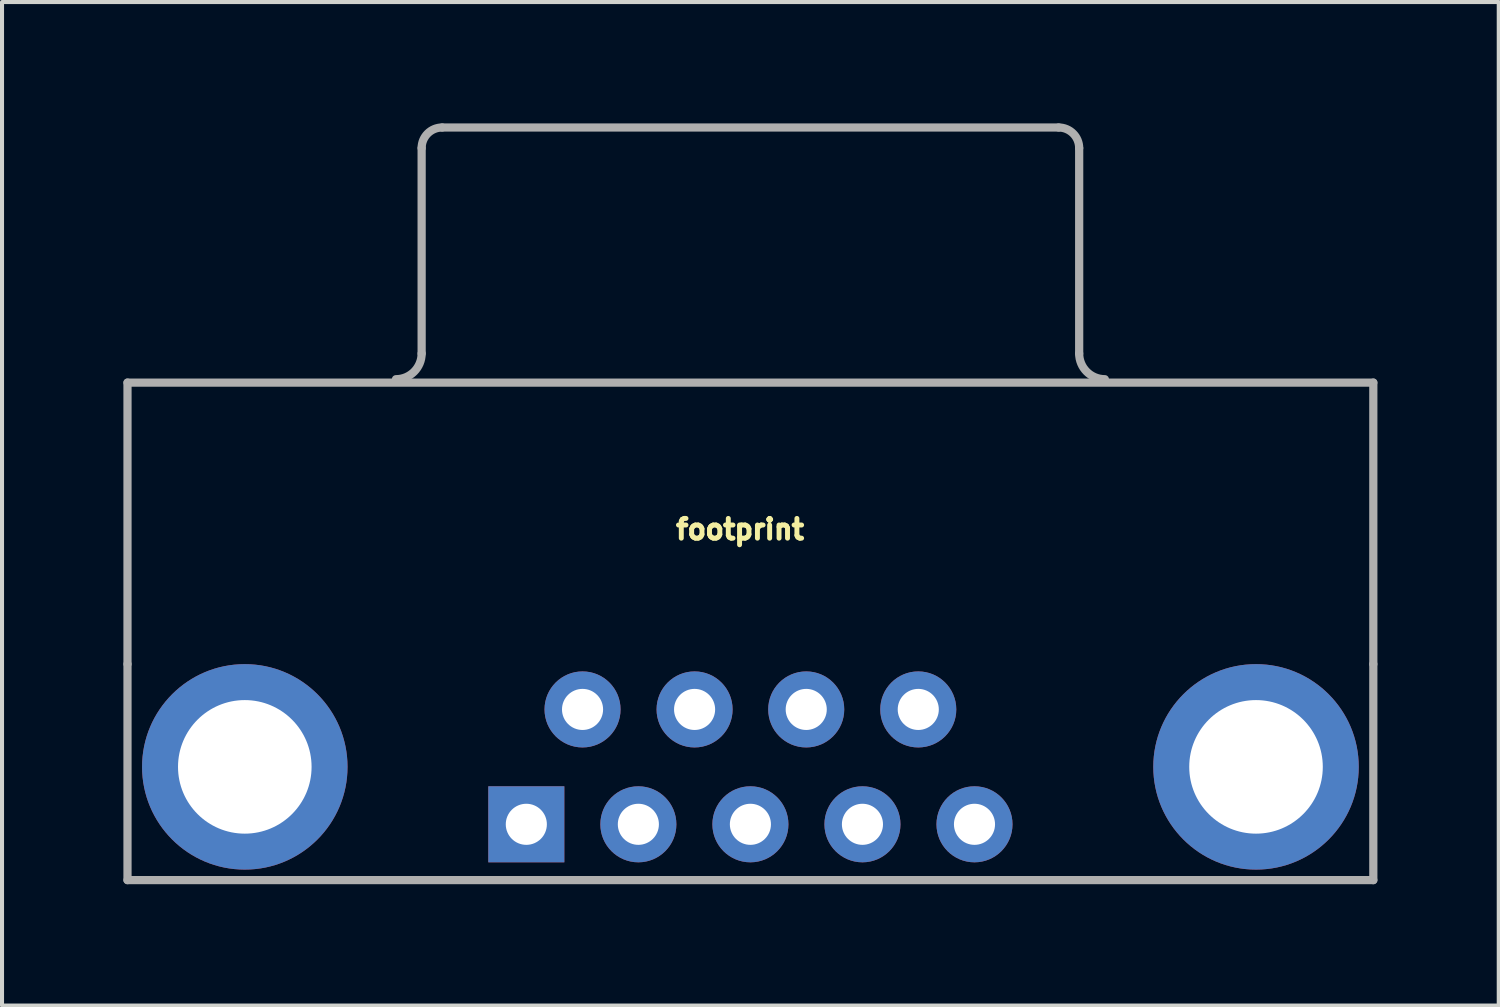
<source format=kicad_pcb>
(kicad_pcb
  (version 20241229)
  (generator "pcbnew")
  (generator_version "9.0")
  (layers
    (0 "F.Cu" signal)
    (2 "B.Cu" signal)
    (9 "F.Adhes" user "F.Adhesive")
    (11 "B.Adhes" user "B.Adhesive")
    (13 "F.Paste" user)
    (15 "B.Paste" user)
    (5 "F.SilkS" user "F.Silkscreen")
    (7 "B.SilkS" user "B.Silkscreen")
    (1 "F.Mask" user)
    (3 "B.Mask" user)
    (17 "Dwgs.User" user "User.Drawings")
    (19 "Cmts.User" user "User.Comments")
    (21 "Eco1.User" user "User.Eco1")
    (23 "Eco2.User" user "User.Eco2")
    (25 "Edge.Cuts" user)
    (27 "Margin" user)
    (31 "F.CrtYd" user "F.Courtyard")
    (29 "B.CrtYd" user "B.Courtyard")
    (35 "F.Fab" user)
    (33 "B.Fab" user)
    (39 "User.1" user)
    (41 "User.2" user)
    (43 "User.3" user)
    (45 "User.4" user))
  (footprint "footprint"
    (layer "F.Cu")
    (at 15.502 15.909)
    (property "Reference" "footprint" (at -1.905 -5.588 0) (layer "F.SilkS") (effects (font (size 0.488 0.488) (thickness 0.122)) (justify left bottom)))
    (fp_line (start -15.4 -9.5) (end 15.4 -9.5) (stroke (width 0.203) (type solid)) (layer "F.Fab"))
    (fp_line (start -15.4 -2.543) (end -15.4 -9.5) (stroke (width 0.203) (type solid)) (layer "F.Fab"))
    (fp_line (start -15.4 2.8) (end -15.4 -2.54) (stroke (width 0.203) (type solid)) (layer "F.Fab"))
    (fp_line (start -15.4 2.8) (end 15.4 2.8) (stroke (width 0.203) (type solid)) (layer "F.Fab"))
    (fp_line (start -8.128 -10.219) (end -8.128 -15.299) (stroke (width 0.203) (type solid)) (layer "F.Fab"))
    (fp_line (start -7.62 -15.807) (end 7.62 -15.807) (stroke (width 0.203) (type solid)) (layer "F.Fab"))
    (fp_line (start 8.128 -10.219) (end 8.128 -15.299) (stroke (width 0.203) (type solid)) (layer "F.Fab"))
    (fp_line (start 15.4 -2.54) (end 15.4 -9.5) (stroke (width 0.203) (type solid)) (layer "F.Fab"))
    (fp_line (start 15.4 2.8) (end 15.4 -2.54) (stroke (width 0.203) (type solid)) (layer "F.Fab"))
    (fp_arc (start -8.128 -15.299) (mid -7.97921 -15.65821) (end -7.62 -15.807) (stroke (width 0.2032) (type solid)) (layer "F.Fab"))
    (fp_arc (start -8.128 -10.219) (mid -8.313987 -9.769987) (end -8.763 -9.584) (stroke (width 0.2032) (type solid)) (layer "F.Fab"))
    (fp_arc (start 7.62 -15.807) (mid 7.97921 -15.65821) (end 8.128 -15.299) (stroke (width 0.2032) (type solid)) (layer "F.Fab"))
    (fp_arc (start 8.763 -9.584) (mid 8.313987 -9.769987) (end 8.128 -10.219) (stroke (width 0.2032) (type solid)) (layer "F.Fab"))
    (pad "1" thru_hole rect (at -5.54 1.42) (size 1.88 1.88) (drill 1.016) (layers "*.Cu" "*.Mask"))
    (pad "2" thru_hole circle (at -2.77 1.42) (size 1.88 1.88) (drill 1.016) (layers "*.Cu" "*.Mask"))
    (pad "3" thru_hole circle (at 0 1.42) (size 1.88 1.88) (drill 1.016) (layers "*.Cu" "*.Mask"))
    (pad "4" thru_hole circle (at 2.77 1.42) (size 1.88 1.88) (drill 1.016) (layers "*.Cu" "*.Mask"))
    (pad "5" thru_hole circle (at 5.54 1.42) (size 1.88 1.88) (drill 1.016) (layers "*.Cu" "*.Mask"))
    (pad "6" thru_hole circle (at -4.15 -1.42) (size 1.88 1.88) (drill 1.016) (layers "*.Cu" "*.Mask"))
    (pad "7" thru_hole circle (at -1.38 -1.42) (size 1.88 1.88) (drill 1.016) (layers "*.Cu" "*.Mask"))
    (pad "8" thru_hole circle (at 1.38 -1.42) (size 1.88 1.88) (drill 1.016) (layers "*.Cu" "*.Mask"))
    (pad "9" thru_hole circle (at 4.15 -1.42) (size 1.88 1.88) (drill 1.016) (layers "*.Cu" "*.Mask"))
    (pad "G1" thru_hole circle (at -12.5 0) (size 5.08 5.08) (drill 3.302) (layers "*.Cu" "*.Mask"))
    (pad "G2" thru_hole circle (at 12.5 0) (size 5.08 5.08) (drill 3.302) (layers "*.Cu" "*.Mask")))
  (gr_rect
    (start -3 -3)
    (end 34.003 21.81)
    (stroke (width 0.1) (type default))
    (fill no)
    (layer "Edge.Cuts")))
</source>
